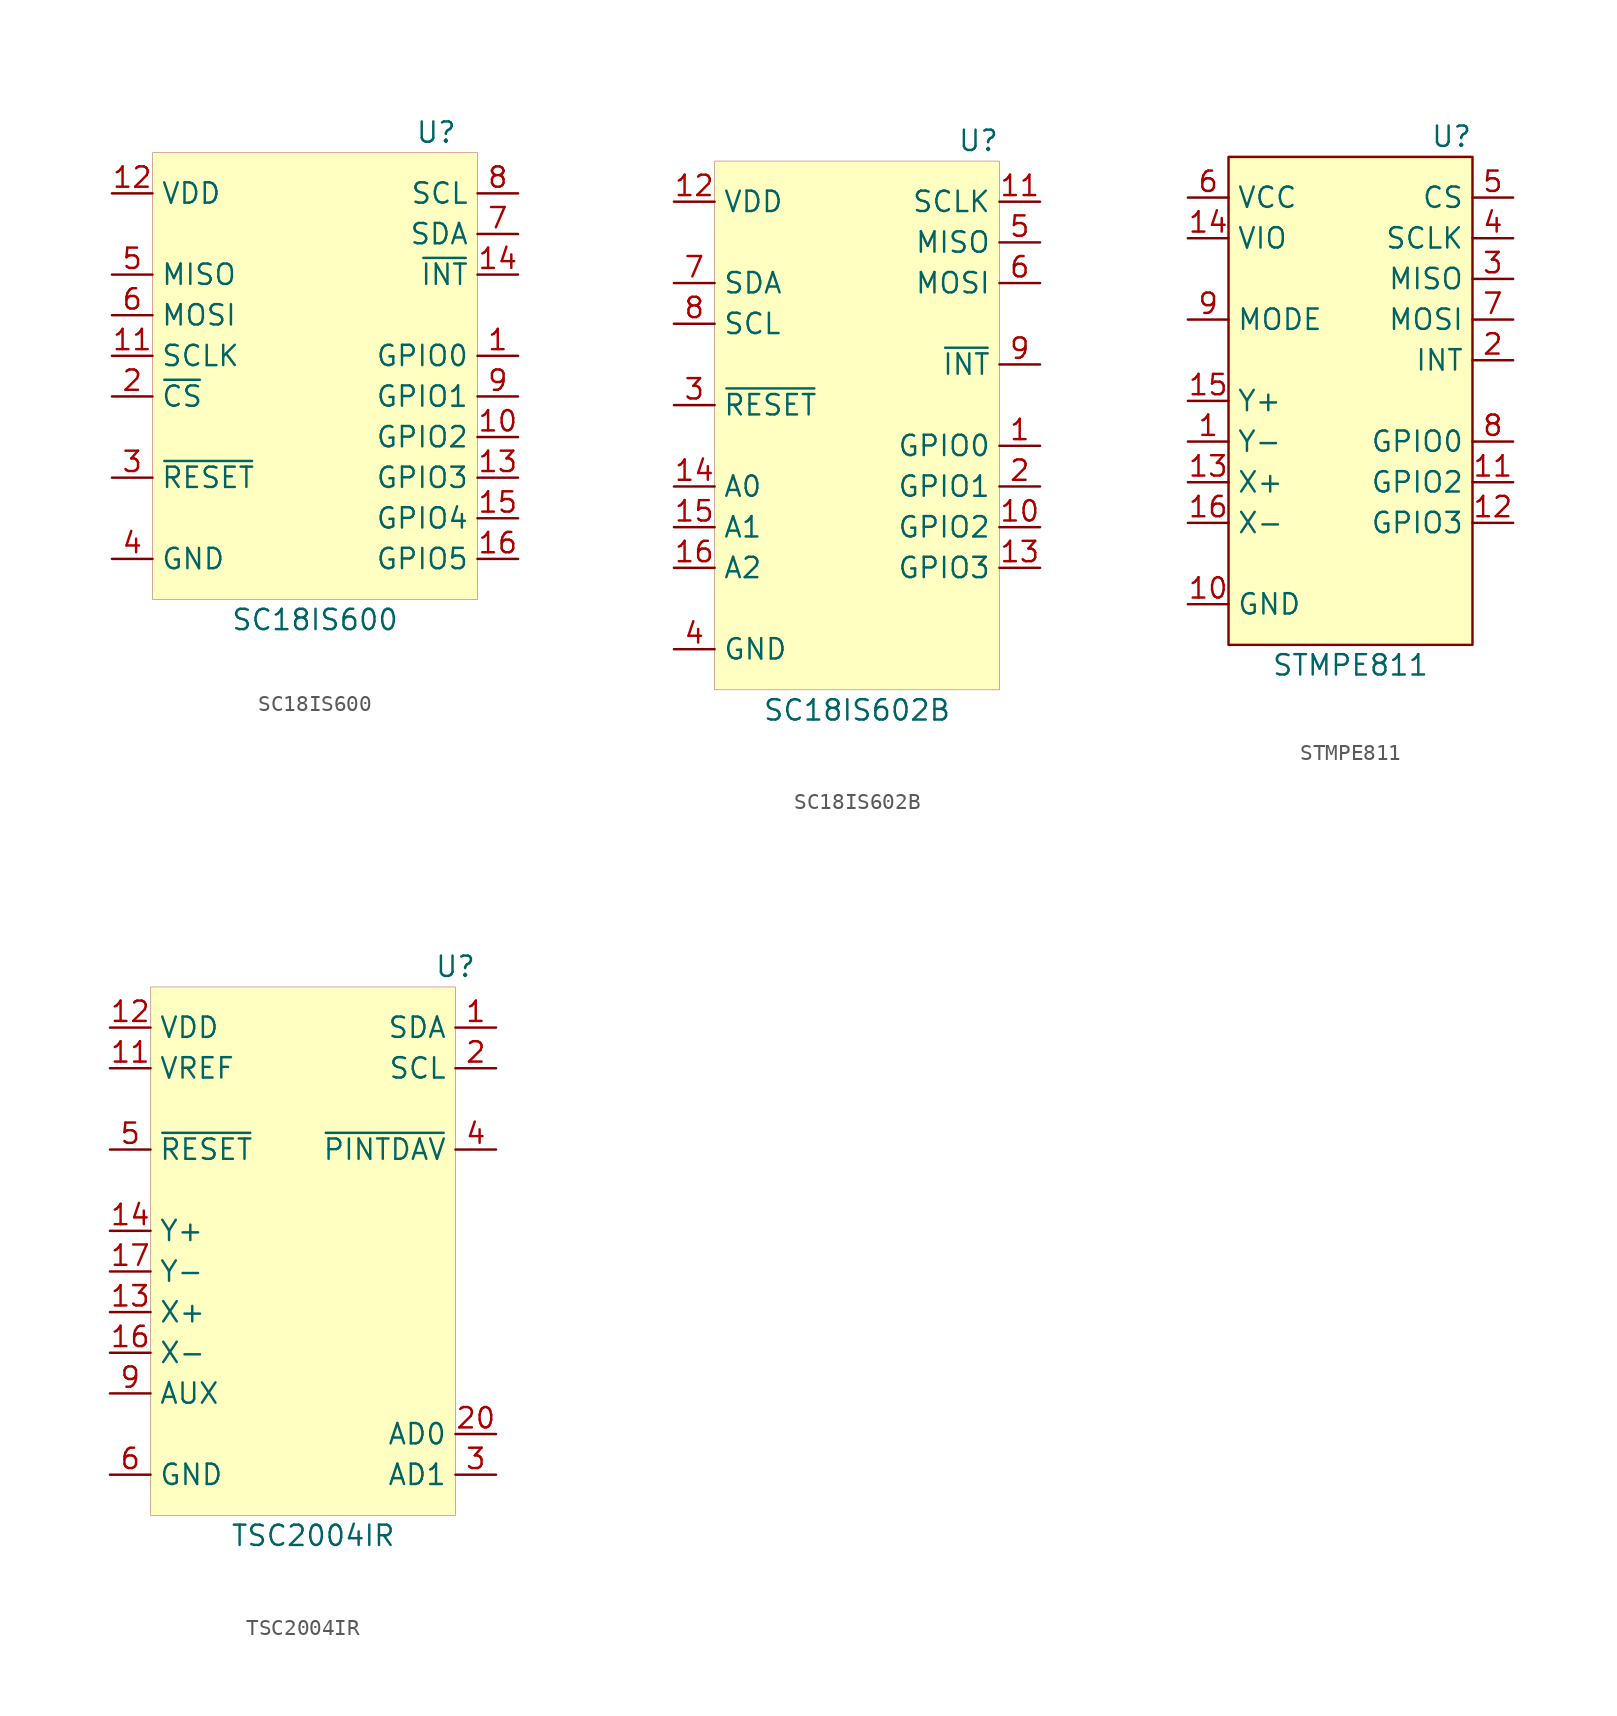
<source format=kicad_sym>
(kicad_symbol_lib
  (version 20241209)
  (generator "kicad_symbol_editor")
  (generator_version "9.0")
  (symbol "SC18IS600"
    (property "Reference" "U"
      (at 8.89 16.51 0)
      (effects (font (size 1.27 1.27)) (justify right)))
    (property "Value" "SC18IS600"
      (at 0 -13.97 0)
      (effects (font (size 1.27 1.27))))
    (symbol "SC18IS600_0_0"
      (pin power_in line (at -12.7 12.7 0) (length 2.54) (name "VDD" (effects (font (size 1.27 1.27)))) (number "12" (effects (font (size 1.27 1.27)))))
      (pin output line (at -12.7 7.62 0) (length 2.54) (name "MISO" (effects (font (size 1.27 1.27)))) (number "5" (effects (font (size 1.27 1.27)))))
      (pin input line (at -12.7 5.08 0) (length 2.54) (name "MOSI" (effects (font (size 1.27 1.27)))) (number "6" (effects (font (size 1.27 1.27)))))
      (pin input line (at -12.7 2.54 0) (length 2.54) (name "SCLK" (effects (font (size 1.27 1.27)))) (number "11" (effects (font (size 1.27 1.27)))))
      (pin input line (at -12.7 0 0) (length 2.54) (name "~{CS}" (effects (font (size 1.27 1.27)))) (number "2" (effects (font (size 1.27 1.27)))))
      (pin input line (at -12.7 -5.08 0) (length 2.54) (name "~{RESET}" (effects (font (size 1.27 1.27)))) (number "3" (effects (font (size 1.27 1.27)))))
      (pin power_in line (at -12.7 -10.16 0) (length 2.54) (name "GND" (effects (font (size 1.27 1.27)))) (number "4" (effects (font (size 1.27 1.27)))))
      (pin output line (at 12.7 12.7 180) (length 2.54) (name "SCL" (effects (font (size 1.27 1.27)))) (number "8" (effects (font (size 1.27 1.27)))))
      (pin bidirectional line (at 12.7 10.16 180) (length 2.54) (name "SDA" (effects (font (size 1.27 1.27)))) (number "7" (effects (font (size 1.27 1.27)))))
      (pin open_collector line (at 12.7 7.62 180) (length 2.54) (name "~{INT}" (effects (font (size 1.27 1.27)))) (number "14" (effects (font (size 1.27 1.27)))))
      (pin bidirectional line (at 12.7 2.54 180) (length 2.54) (name "GPIO0" (effects (font (size 1.27 1.27)))) (number "1" (effects (font (size 1.27 1.27)))))
      (pin bidirectional line (at 12.7 0 180) (length 2.54) (name "GPIO1" (effects (font (size 1.27 1.27)))) (number "9" (effects (font (size 1.27 1.27)))))
      (pin bidirectional line (at 12.7 -2.54 180) (length 2.54) (name "GPIO2" (effects (font (size 1.27 1.27)))) (number "10" (effects (font (size 1.27 1.27)))))
      (pin bidirectional line (at 12.7 -5.08 180) (length 2.54) (name "GPIO3" (effects (font (size 1.27 1.27)))) (number "13" (effects (font (size 1.27 1.27)))))
      (pin bidirectional line (at 12.7 -7.62 180) (length 2.54) (name "GPIO4" (effects (font (size 1.27 1.27)))) (number "15" (effects (font (size 1.27 1.27)))))
      (pin bidirectional line (at 12.7 -10.16 180) (length 2.54) (name "GPIO5" (effects (font (size 1.27 1.27)))) (number "16" (effects (font (size 1.27 1.27))))))
    (symbol "SC18IS600_0_1"
      (rectangle (start -10.16 15.24) (end 10.16 -12.7) (stroke (width 0.001) (type default)) (fill (type background)))))
  (symbol "SC18IS602B"
    (property "Reference" "U"
      (at 8.89 16.51 0)
      (effects (font (size 1.27 1.27)) (justify right)))
    (property "Value" "SC18IS602B"
      (at 0 -19.05 0)
      (effects (font (size 1.27 1.27))))
    (symbol "SC18IS602B_0_0"
      (pin power_in line (at -11.43 12.7 0) (length 2.54) (name "VDD" (effects (font (size 1.27 1.27)))) (number "12" (effects (font (size 1.27 1.27)))))
      (pin bidirectional line (at -11.43 7.62 0) (length 2.54) (name "SDA" (effects (font (size 1.27 1.27)))) (number "7" (effects (font (size 1.27 1.27)))))
      (pin input line (at -11.43 5.08 0) (length 2.54) (name "SCL" (effects (font (size 1.27 1.27)))) (number "8" (effects (font (size 1.27 1.27)))))
      (pin input line (at -11.43 0 0) (length 2.54) (name "~{RESET}" (effects (font (size 1.27 1.27)))) (number "3" (effects (font (size 1.27 1.27)))))
      (pin input line (at -11.43 -5.08 0) (length 2.54) (name "A0" (effects (font (size 1.27 1.27)))) (number "14" (effects (font (size 1.27 1.27)))))
      (pin input line (at -11.43 -7.62 0) (length 2.54) (name "A1" (effects (font (size 1.27 1.27)))) (number "15" (effects (font (size 1.27 1.27)))))
      (pin input line (at -11.43 -10.16 0) (length 2.54) (name "A2" (effects (font (size 1.27 1.27)))) (number "16" (effects (font (size 1.27 1.27)))))
      (pin power_in line (at -11.43 -15.24 0) (length 2.54) (name "GND" (effects (font (size 1.27 1.27)))) (number "4" (effects (font (size 1.27 1.27)))))
      (pin output line (at 11.43 12.7 180) (length 2.54) (name "SCLK" (effects (font (size 1.27 1.27)))) (number "11" (effects (font (size 1.27 1.27)))))
      (pin input line (at 11.43 10.16 180) (length 2.54) (name "MISO" (effects (font (size 1.27 1.27)))) (number "5" (effects (font (size 1.27 1.27)))))
      (pin output line (at 11.43 7.62 180) (length 2.54) (name "MOSI" (effects (font (size 1.27 1.27)))) (number "6" (effects (font (size 1.27 1.27)))))
      (pin output line (at 11.43 2.54 180) (length 2.54) (name "~{INT}" (effects (font (size 1.27 1.27)))) (number "9" (effects (font (size 1.27 1.27)))))
      (pin bidirectional line (at 11.43 -2.54 180) (length 2.54) (name "GPIO0" (effects (font (size 1.27 1.27)))) (number "1" (effects (font (size 1.27 1.27)))))
      (pin bidirectional line (at 11.43 -5.08 180) (length 2.54) (name "GPIO1" (effects (font (size 1.27 1.27)))) (number "2" (effects (font (size 1.27 1.27)))))
      (pin bidirectional line (at 11.43 -7.62 180) (length 2.54) (name "GPIO2" (effects (font (size 1.27 1.27)))) (number "10" (effects (font (size 1.27 1.27)))))
      (pin bidirectional line (at 11.43 -10.16 180) (length 2.54) (name "GPIO3" (effects (font (size 1.27 1.27)))) (number "13" (effects (font (size 1.27 1.27))))))
    (symbol "SC18IS602B_0_1"
      (rectangle (start -8.89 15.24) (end 8.89 -17.78) (stroke (width 0.001) (type default)) (fill (type background)))))
  (symbol "STMPE811"
    (property "Reference" "U"
      (at 7.62 16.51 0)
      (effects (font (size 1.27 1.27)) (justify right)))
    (property "Value" "STMPE811"
      (at 0 -16.51 0)
      (effects (font (size 1.27 1.27))))
    (symbol "STMPE811_0_1"
      (rectangle (start -7.62 15.24) (end 7.62 -15.24) (stroke (width 0) (type default)) (fill (type background))))
    (symbol "STMPE811_1_1"
      (pin power_in line (at -10.16 12.7 0) (length 2.54) (name "VCC" (effects (font (size 1.27 1.27)))) (number "6" (effects (font (size 1.27 1.27)))))
      (pin power_in line (at -10.16 10.16 0) (length 2.54) (name "VIO" (effects (font (size 1.27 1.27)))) (number "14" (effects (font (size 1.27 1.27)))))
      (pin input line (at -10.16 5.08 0) (length 2.54) (name "MODE" (effects (font (size 1.27 1.27)))) (number "9" (effects (font (size 1.27 1.27)))))
      (pin input line (at -10.16 0 0) (length 2.54) (name "Y+" (effects (font (size 1.27 1.27)))) (number "15" (effects (font (size 1.27 1.27)))))
      (pin input line (at -10.16 -2.54 0) (length 2.54) (name "Y-" (effects (font (size 1.27 1.27)))) (number "1" (effects (font (size 1.27 1.27)))))
      (pin input line (at -10.16 -5.08 0) (length 2.54) (name "X+" (effects (font (size 1.27 1.27)))) (number "13" (effects (font (size 1.27 1.27)))))
      (pin input line (at -10.16 -7.62 0) (length 2.54) (name "X-" (effects (font (size 1.27 1.27)))) (number "16" (effects (font (size 1.27 1.27)))))
      (pin power_in line (at -10.16 -12.7 0) (length 2.54) (name "GND" (effects (font (size 1.27 1.27)))) (number "10" (effects (font (size 1.27 1.27)))))
      (pin input line (at 10.16 12.7 180) (length 2.54) (name "CS" (effects (font (size 1.27 1.27)))) (number "5" (effects (font (size 1.27 1.27)))))
      (pin input line (at 10.16 10.16 180) (length 2.54) (name "SCLK" (effects (font (size 1.27 1.27)))) (number "4" (effects (font (size 1.27 1.27)))))
      (pin bidirectional line (at 10.16 7.62 180) (length 2.54) (name "MISO" (effects (font (size 1.27 1.27)))) (number "3" (effects (font (size 1.27 1.27)))))
      (pin input line (at 10.16 5.08 180) (length 2.54) (name "MOSI" (effects (font (size 1.27 1.27)))) (number "7" (effects (font (size 1.27 1.27)))))
      (pin output line (at 10.16 2.54 180) (length 2.54) (name "INT" (effects (font (size 1.27 1.27)))) (number "2" (effects (font (size 1.27 1.27)))))
      (pin bidirectional line (at 10.16 -2.54 180) (length 2.54) (name "GPIO0" (effects (font (size 1.27 1.27)))) (number "8" (effects (font (size 1.27 1.27)))))
      (pin bidirectional line (at 10.16 -5.08 180) (length 2.54) (name "GPIO2" (effects (font (size 1.27 1.27)))) (number "11" (effects (font (size 1.27 1.27)))))
      (pin bidirectional line (at 10.16 -7.62 180) (length 2.54) (name "GPIO3" (effects (font (size 1.27 1.27)))) (number "12" (effects (font (size 1.27 1.27)))))))
  (symbol "TSC2004IR"
    (property "Reference" "U"
      (at 10.16 17.78 0)
      (effects (font (size 1.27 1.27))))
    (property "Value" "TSC2004IR"
      (at 1.27 -17.78 0)
      (effects (font (size 1.27 1.27))))
    (symbol "TSC2004IR_0_0"
      (pin power_in line (at -11.43 13.97 0) (length 2.54) (name "VDD" (effects (font (size 1.27 1.27)))) (number "12" (effects (font (size 1.27 1.27)))))
      (pin passive line (at -11.43 13.97 0) (length 2.54) (hide yes) (name "VDD" (effects (font (size 1.27 1.27)))) (number "7" (effects (font (size 1.27 1.27)))))
      (pin input line (at -11.43 11.43 0) (length 2.54) (name "VREF" (effects (font (size 1.27 1.27)))) (number "11" (effects (font (size 1.27 1.27)))))
      (pin input line (at -11.43 6.35 0) (length 2.54) (name "~{RESET}" (effects (font (size 1.27 1.27)))) (number "5" (effects (font (size 1.27 1.27)))))
      (pin input line (at -11.43 1.27 0) (length 2.54) (name "Y+" (effects (font (size 1.27 1.27)))) (number "14" (effects (font (size 1.27 1.27)))))
      (pin input line (at -11.43 -1.27 0) (length 2.54) (name "Y-" (effects (font (size 1.27 1.27)))) (number "17" (effects (font (size 1.27 1.27)))))
      (pin input line (at -11.43 -3.81 0) (length 2.54) (name "X+" (effects (font (size 1.27 1.27)))) (number "13" (effects (font (size 1.27 1.27)))))
      (pin input line (at -11.43 -6.35 0) (length 2.54) (name "X-" (effects (font (size 1.27 1.27)))) (number "16" (effects (font (size 1.27 1.27)))))
      (pin input line (at -11.43 -8.89 0) (length 2.54) (name "AUX" (effects (font (size 1.27 1.27)))) (number "9" (effects (font (size 1.27 1.27)))))
      (pin passive line (at -11.43 -13.97 0) (length 2.54) (hide yes) (name "GND" (effects (font (size 1.27 1.27)))) (number "10" (effects (font (size 1.27 1.27)))))
      (pin passive line (at -11.43 -13.97 0) (length 2.54) (hide yes) (name "GND" (effects (font (size 1.27 1.27)))) (number "15" (effects (font (size 1.27 1.27)))))
      (pin passive line (at -11.43 -13.97 0) (length 2.54) (hide yes) (name "GND" (effects (font (size 1.27 1.27)))) (number "18" (effects (font (size 1.27 1.27)))))
      (pin passive line (at -11.43 -13.97 0) (length 2.54) (hide yes) (name "GND" (effects (font (size 1.27 1.27)))) (number "21" (effects (font (size 1.27 1.27)))))
      (pin power_in line (at -11.43 -13.97 0) (length 2.54) (name "GND" (effects (font (size 1.27 1.27)))) (number "6" (effects (font (size 1.27 1.27)))))
      (pin no_connect line (at -2.54 -1.27 0) (length 2.54) (hide yes) (name "NC" (effects (font (size 1.27 1.27)))) (number "8" (effects (font (size 1.27 1.27)))))
      (pin no_connect line (at -2.54 -3.81 0) (length 2.54) (hide yes) (name "NC" (effects (font (size 1.27 1.27)))) (number "19" (effects (font (size 1.27 1.27)))))
      (pin bidirectional line (at 12.7 13.97 180) (length 2.54) (name "SDA" (effects (font (size 1.27 1.27)))) (number "1" (effects (font (size 1.27 1.27)))))
      (pin input line (at 12.7 11.43 180) (length 2.54) (name "SCL" (effects (font (size 1.27 1.27)))) (number "2" (effects (font (size 1.27 1.27)))))
      (pin output line (at 12.7 6.35 180) (length 2.54) (name "~{PINTDAV}" (effects (font (size 1.27 1.27)))) (number "4" (effects (font (size 1.27 1.27)))))
      (pin input line (at 12.7 -11.43 180) (length 2.54) (name "AD0" (effects (font (size 1.27 1.27)))) (number "20" (effects (font (size 1.27 1.27)))))
      (pin input line (at 12.7 -13.97 180) (length 2.54) (name "AD1" (effects (font (size 1.27 1.27)))) (number "3" (effects (font (size 1.27 1.27))))))
    (symbol "TSC2004IR_0_1"
      (rectangle (start -8.89 16.51) (end 10.16 -16.51) (stroke (width 0.001) (type default)) (fill (type background))))))
</source>
